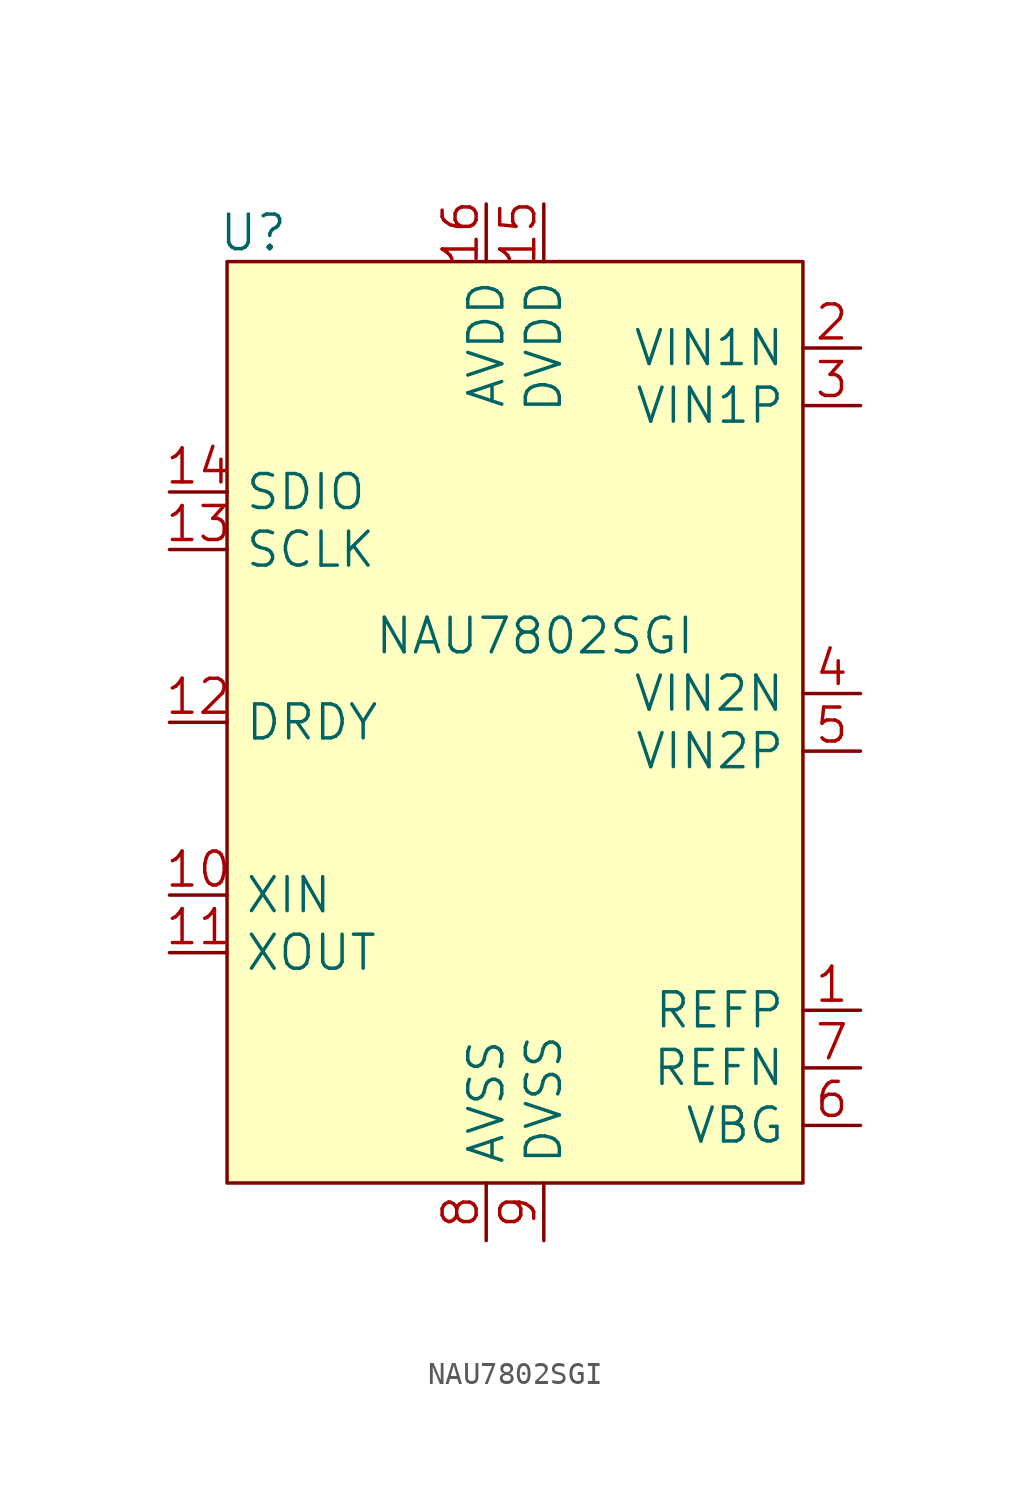
<source format=kicad_sym>
(kicad_symbol_lib
  (version 20220914)
  (generator kicad_symbol_editor)
  (symbol "NAU7802SGI"
    (pin_names
      (offset 0.762))
    (property "Reference" "U"
      (at -13.095 21.59 0)
      (effects (font (size 1.524 1.524)) (justify left)))
    (property "Value" "NAU7802SGI"
      (at 0.875 3.81 0)
      (effects (font (size 1.524 1.524))))
    (symbol "NAU7802SGI_1_1"
      (rectangle (start -12.7 20.32) (end 12.7 -20.32) (stroke (width 0) (type default)) (fill (type background)))
      (pin input line (at 15.24 -12.7 180) (length 2.54) (name "REFP" (effects (font (size 1.499 1.499)))) (number "1" (effects (font (size 1.499 1.499)))))
      (pin input line (at -15.24 -7.62 0) (length 2.54) (name "XIN" (effects (font (size 1.499 1.499)))) (number "10" (effects (font (size 1.499 1.499)))))
      (pin output line (at -15.24 -10.16 0) (length 2.54) (name "XOUT" (effects (font (size 1.499 1.499)))) (number "11" (effects (font (size 1.499 1.499)))))
      (pin output line (at -15.24 0 0) (length 2.54) (name "DRDY" (effects (font (size 1.499 1.499)))) (number "12" (effects (font (size 1.499 1.499)))))
      (pin input line (at -15.24 7.62 0) (length 2.54) (name "SCLK" (effects (font (size 1.499 1.499)))) (number "13" (effects (font (size 1.499 1.499)))))
      (pin bidirectional line (at -15.24 10.16 0) (length 2.54) (name "SDIO" (effects (font (size 1.499 1.499)))) (number "14" (effects (font (size 1.499 1.499)))))
      (pin power_in line (at 1.27 22.86 270) (length 2.54) (name "DVDD" (effects (font (size 1.499 1.499)))) (number "15" (effects (font (size 1.499 1.499)))))
      (pin power_in line (at -1.27 22.86 270) (length 2.54) (name "AVDD" (effects (font (size 1.499 1.499)))) (number "16" (effects (font (size 1.499 1.499)))))
      (pin input line (at 15.24 16.51 180) (length 2.54) (name "VIN1N" (effects (font (size 1.499 1.499)))) (number "2" (effects (font (size 1.499 1.499)))))
      (pin input line (at 15.24 13.97 180) (length 2.54) (name "VIN1P" (effects (font (size 1.499 1.499)))) (number "3" (effects (font (size 1.499 1.499)))))
      (pin input line (at 15.24 1.27 180) (length 2.54) (name "VIN2N" (effects (font (size 1.499 1.499)))) (number "4" (effects (font (size 1.499 1.499)))))
      (pin input line (at 15.24 -1.27 180) (length 2.54) (name "VIN2P" (effects (font (size 1.499 1.499)))) (number "5" (effects (font (size 1.499 1.499)))))
      (pin output line (at 15.24 -17.78 180) (length 2.54) (name "VBG" (effects (font (size 1.499 1.499)))) (number "6" (effects (font (size 1.499 1.499)))))
      (pin input line (at 15.24 -15.24 180) (length 2.54) (name "REFN" (effects (font (size 1.499 1.499)))) (number "7" (effects (font (size 1.499 1.499)))))
      (pin power_in line (at -1.27 -22.86 90) (length 2.54) (name "AVSS" (effects (font (size 1.499 1.499)))) (number "8" (effects (font (size 1.499 1.499)))))
      (pin power_in line (at 1.27 -22.86 90) (length 2.54) (name "DVSS" (effects (font (size 1.499 1.499)))) (number "9" (effects (font (size 1.499 1.499))))))))
</source>
